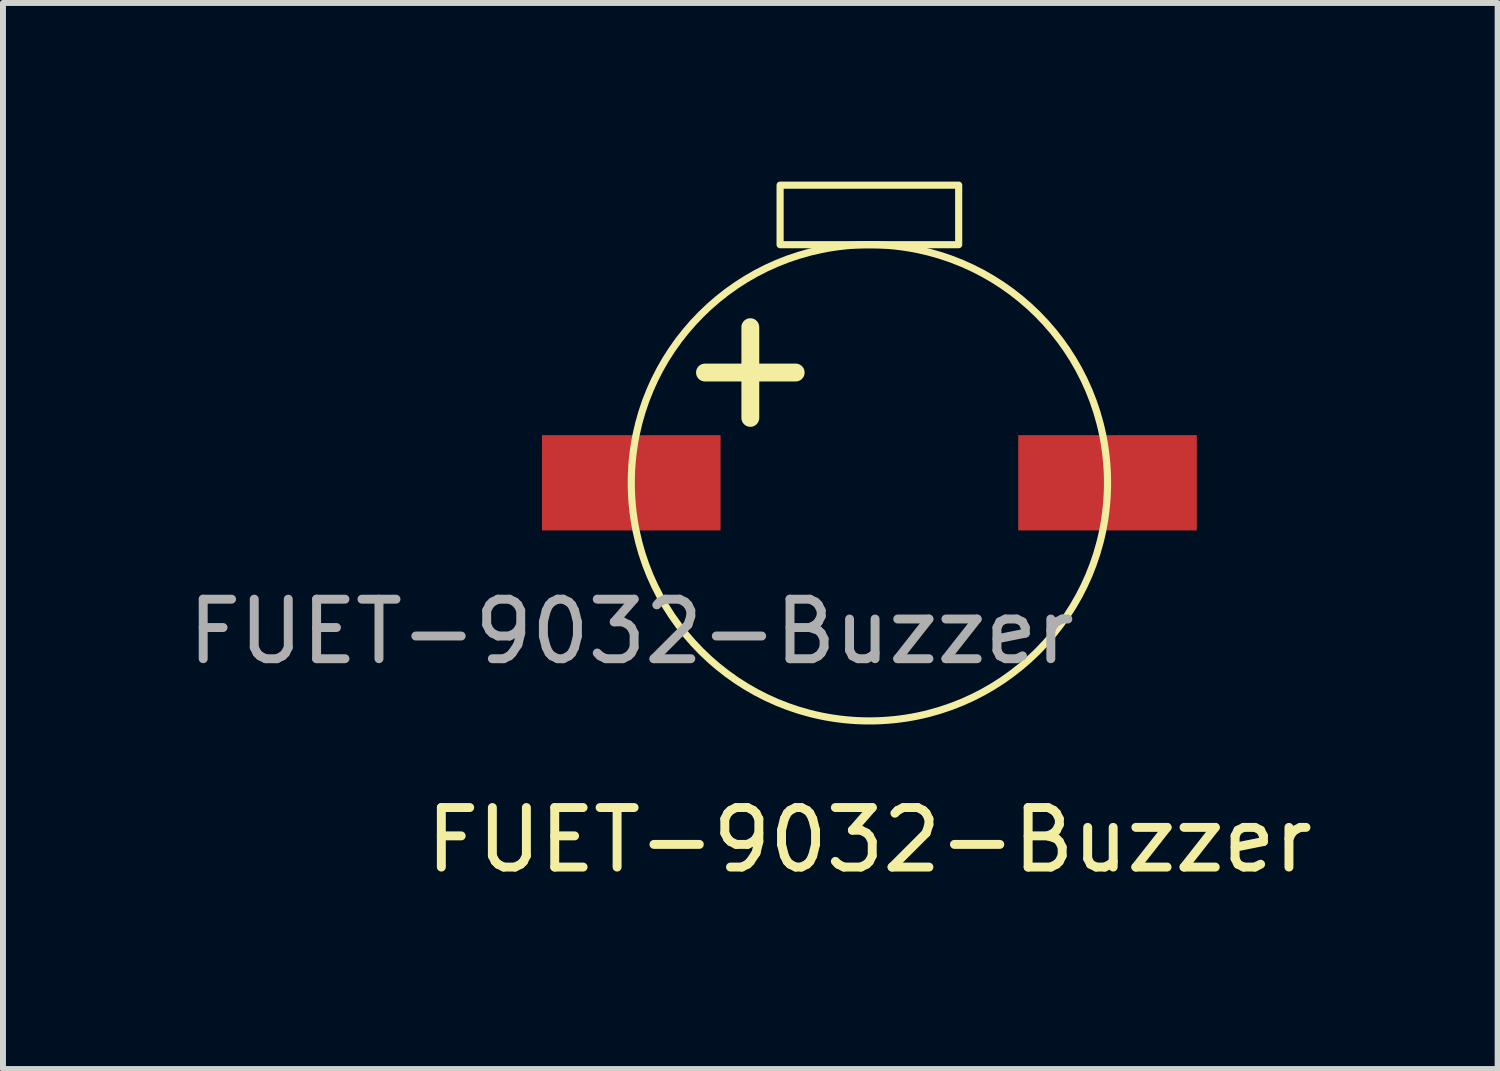
<source format=kicad_pcb>
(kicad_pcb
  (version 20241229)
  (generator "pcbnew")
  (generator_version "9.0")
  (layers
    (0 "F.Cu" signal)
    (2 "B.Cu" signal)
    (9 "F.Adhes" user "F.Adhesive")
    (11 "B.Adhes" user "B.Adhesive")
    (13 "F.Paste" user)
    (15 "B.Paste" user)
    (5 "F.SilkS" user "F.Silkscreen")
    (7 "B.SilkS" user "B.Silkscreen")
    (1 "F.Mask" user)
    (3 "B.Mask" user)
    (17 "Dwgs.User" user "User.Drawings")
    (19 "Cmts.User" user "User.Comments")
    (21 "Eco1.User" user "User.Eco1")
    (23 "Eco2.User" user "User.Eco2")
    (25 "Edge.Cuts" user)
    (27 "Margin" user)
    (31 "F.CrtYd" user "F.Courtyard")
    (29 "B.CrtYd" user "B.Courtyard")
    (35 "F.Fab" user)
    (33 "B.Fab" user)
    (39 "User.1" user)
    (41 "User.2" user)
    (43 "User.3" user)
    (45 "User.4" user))
  (footprint "FUET-9032-Buzzer"
    (layer "F.Cu")
    (at 7.554 5.06)
    (property "Reference" "FUET-9032-Buzzer" (at 4 6 0) (unlocked yes) (layer "F.SilkS") (effects (font (size 1 1) (thickness 0.15))))
    (attr smd)
    (fp_rect (start 2.5 -5) (end 5.5 -4) (stroke (width 0.12) (type default)) (fill no) (layer "F.SilkS"))
    (fp_circle (center 4 0) (end 8 0) (stroke (width 0.12) (type default)) (fill no) (layer "F.SilkS"))
    (fp_text user "+" (at 2 -2 0) (unlocked yes) (layer "F.SilkS") (effects (font (size 2 2) (thickness 0.3))))
    (fp_text user "${REFERENCE}" (at 0 2.5 0) (unlocked yes) (layer "F.Fab") (effects (font (size 1 1) (thickness 0.15))))
    (pad "1" smd rect (at 0 0) (size 3 1.6) (layers "F.Cu" "F.Mask" "F.Paste"))
    (pad "2" smd rect (at 8 0) (size 3 1.6) (layers "F.Cu" "F.Mask" "F.Paste")))
  (gr_rect
    (start -3 -3)
    (end 22.107 14.908)
    (stroke (width 0.1) (type default))
    (fill no)
    (layer "Edge.Cuts")))
</source>
